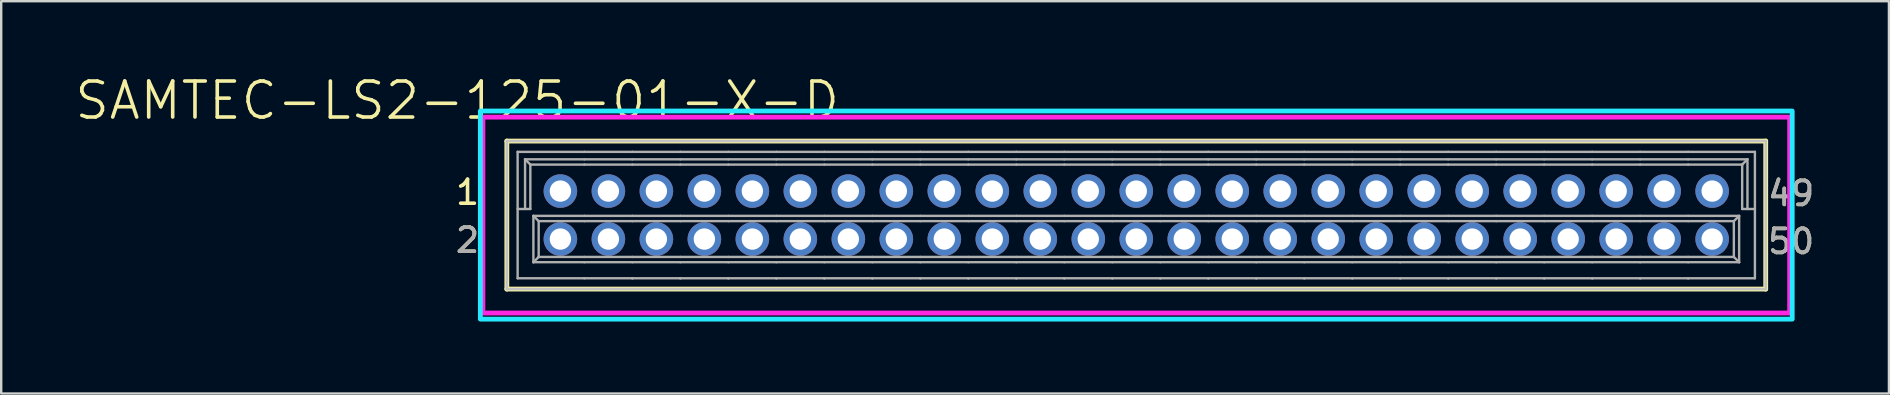
<source format=kicad_pcb>
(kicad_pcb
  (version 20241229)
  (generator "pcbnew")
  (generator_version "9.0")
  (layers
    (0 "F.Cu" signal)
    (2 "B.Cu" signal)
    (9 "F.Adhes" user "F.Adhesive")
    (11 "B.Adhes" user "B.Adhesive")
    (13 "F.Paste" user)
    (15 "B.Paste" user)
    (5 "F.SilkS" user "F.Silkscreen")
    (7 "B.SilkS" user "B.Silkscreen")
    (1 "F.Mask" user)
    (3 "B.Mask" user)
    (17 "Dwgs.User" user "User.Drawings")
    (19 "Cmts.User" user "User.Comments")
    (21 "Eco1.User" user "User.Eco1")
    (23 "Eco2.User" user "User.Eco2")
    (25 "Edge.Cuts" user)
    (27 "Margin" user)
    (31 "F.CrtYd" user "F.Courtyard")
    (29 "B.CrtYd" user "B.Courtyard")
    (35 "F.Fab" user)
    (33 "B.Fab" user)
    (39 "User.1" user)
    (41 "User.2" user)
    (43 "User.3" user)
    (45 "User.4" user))
  (footprint "SAMTEC-LS2-125-01-X-D"
    (layer "F.Cu")
    (at 44.304 5.913)
    (property "Reference" "SAMTEC-LS2-125-01-X-D" (at -28.3 -4.773 0) (layer "F.SilkS") (effects (font (size 1.5 1.5) (thickness 0.15))))
    (attr through_hole)
    (fp_circle (center -24 -1) (end -23.204 -1) (stroke (width 0) (type solid)) (fill yes) (layer "F.Mask"))
    (fp_circle (center -24 1) (end -23.204 1) (stroke (width 0) (type solid)) (fill yes) (layer "F.Mask"))
    (fp_circle (center -22 -1) (end -21.204 -1) (stroke (width 0) (type solid)) (fill yes) (layer "F.Mask"))
    (fp_circle (center -22 1) (end -21.204 1) (stroke (width 0) (type solid)) (fill yes) (layer "F.Mask"))
    (fp_circle (center -20 -1) (end -19.204 -1) (stroke (width 0) (type solid)) (fill yes) (layer "F.Mask"))
    (fp_circle (center -20 1) (end -19.204 1) (stroke (width 0) (type solid)) (fill yes) (layer "F.Mask"))
    (fp_circle (center -18 -1) (end -17.204 -1) (stroke (width 0) (type solid)) (fill yes) (layer "F.Mask"))
    (fp_circle (center -18 1) (end -17.204 1) (stroke (width 0) (type solid)) (fill yes) (layer "F.Mask"))
    (fp_circle (center -16 -1) (end -15.204 -1) (stroke (width 0) (type solid)) (fill yes) (layer "F.Mask"))
    (fp_circle (center -16 1) (end -15.204 1) (stroke (width 0) (type solid)) (fill yes) (layer "F.Mask"))
    (fp_circle (center -14 -1) (end -13.204 -1) (stroke (width 0) (type solid)) (fill yes) (layer "F.Mask"))
    (fp_circle (center -14 1) (end -13.204 1) (stroke (width 0) (type solid)) (fill yes) (layer "F.Mask"))
    (fp_circle (center -12 -1) (end -11.204 -1) (stroke (width 0) (type solid)) (fill yes) (layer "F.Mask"))
    (fp_circle (center -12 1) (end -11.204 1) (stroke (width 0) (type solid)) (fill yes) (layer "F.Mask"))
    (fp_circle (center -10 -1) (end -9.204 -1) (stroke (width 0) (type solid)) (fill yes) (layer "F.Mask"))
    (fp_circle (center -10 1) (end -9.204 1) (stroke (width 0) (type solid)) (fill yes) (layer "F.Mask"))
    (fp_circle (center -8 -1) (end -7.204 -1) (stroke (width 0) (type solid)) (fill yes) (layer "F.Mask"))
    (fp_circle (center -8 1) (end -7.204 1) (stroke (width 0) (type solid)) (fill yes) (layer "F.Mask"))
    (fp_circle (center -6 -1) (end -5.204 -1) (stroke (width 0) (type solid)) (fill yes) (layer "F.Mask"))
    (fp_circle (center -6 1) (end -5.204 1) (stroke (width 0) (type solid)) (fill yes) (layer "F.Mask"))
    (fp_circle (center -4 -1) (end -3.204 -1) (stroke (width 0) (type solid)) (fill yes) (layer "F.Mask"))
    (fp_circle (center -4 1) (end -3.204 1) (stroke (width 0) (type solid)) (fill yes) (layer "F.Mask"))
    (fp_circle (center -2 -1) (end -1.204 -1) (stroke (width 0) (type solid)) (fill yes) (layer "F.Mask"))
    (fp_circle (center -2 1) (end -1.204 1) (stroke (width 0) (type solid)) (fill yes) (layer "F.Mask"))
    (fp_circle (center 0 -1) (end 0.796 -1) (stroke (width 0) (type solid)) (fill yes) (layer "F.Mask"))
    (fp_circle (center 0 1) (end 0.796 1) (stroke (width 0) (type solid)) (fill yes) (layer "F.Mask"))
    (fp_circle (center 2 -1) (end 2.796 -1) (stroke (width 0) (type solid)) (fill yes) (layer "F.Mask"))
    (fp_circle (center 2 1) (end 2.796 1) (stroke (width 0) (type solid)) (fill yes) (layer "F.Mask"))
    (fp_circle (center 4 -1) (end 4.796 -1) (stroke (width 0) (type solid)) (fill yes) (layer "F.Mask"))
    (fp_circle (center 4 1) (end 4.796 1) (stroke (width 0) (type solid)) (fill yes) (layer "F.Mask"))
    (fp_circle (center 6 -1) (end 6.796 -1) (stroke (width 0) (type solid)) (fill yes) (layer "F.Mask"))
    (fp_circle (center 6 1) (end 6.796 1) (stroke (width 0) (type solid)) (fill yes) (layer "F.Mask"))
    (fp_circle (center 8 -1) (end 8.796 -1) (stroke (width 0) (type solid)) (fill yes) (layer "F.Mask"))
    (fp_circle (center 8 1) (end 8.796 1) (stroke (width 0) (type solid)) (fill yes) (layer "F.Mask"))
    (fp_circle (center 10 -1) (end 10.796 -1) (stroke (width 0) (type solid)) (fill yes) (layer "F.Mask"))
    (fp_circle (center 10 1) (end 10.796 1) (stroke (width 0) (type solid)) (fill yes) (layer "F.Mask"))
    (fp_circle (center 12 -1) (end 12.796 -1) (stroke (width 0) (type solid)) (fill yes) (layer "F.Mask"))
    (fp_circle (center 12 1) (end 12.796 1) (stroke (width 0) (type solid)) (fill yes) (layer "F.Mask"))
    (fp_circle (center 14 -1) (end 14.796 -1) (stroke (width 0) (type solid)) (fill yes) (layer "F.Mask"))
    (fp_circle (center 14 1) (end 14.796 1) (stroke (width 0) (type solid)) (fill yes) (layer "F.Mask"))
    (fp_circle (center 16 -1) (end 16.796 -1) (stroke (width 0) (type solid)) (fill yes) (layer "F.Mask"))
    (fp_circle (center 16 1) (end 16.796 1) (stroke (width 0) (type solid)) (fill yes) (layer "F.Mask"))
    (fp_circle (center 18 -1) (end 18.796 -1) (stroke (width 0) (type solid)) (fill yes) (layer "F.Mask"))
    (fp_circle (center 18 1) (end 18.796 1) (stroke (width 0) (type solid)) (fill yes) (layer "F.Mask"))
    (fp_circle (center 20 -1) (end 20.796 -1) (stroke (width 0) (type solid)) (fill yes) (layer "F.Mask"))
    (fp_circle (center 20 1) (end 20.796 1) (stroke (width 0) (type solid)) (fill yes) (layer "F.Mask"))
    (fp_circle (center 22 -1) (end 22.796 -1) (stroke (width 0) (type solid)) (fill yes) (layer "F.Mask"))
    (fp_circle (center 22 1) (end 22.796 1) (stroke (width 0) (type solid)) (fill yes) (layer "F.Mask"))
    (fp_circle (center 24 -1) (end 24.796 -1) (stroke (width 0) (type solid)) (fill yes) (layer "F.Mask"))
    (fp_circle (center 24 1) (end 24.796 1) (stroke (width 0) (type solid)) (fill yes) (layer "F.Mask"))
    (fp_circle (center -24 -1) (end -23.204 -1) (stroke (width 0) (type solid)) (fill yes) (layer "B.Mask"))
    (fp_circle (center -24 1) (end -23.204 1) (stroke (width 0) (type solid)) (fill yes) (layer "B.Mask"))
    (fp_circle (center -22 -1) (end -21.204 -1) (stroke (width 0) (type solid)) (fill yes) (layer "B.Mask"))
    (fp_circle (center -22 1) (end -21.204 1) (stroke (width 0) (type solid)) (fill yes) (layer "B.Mask"))
    (fp_circle (center -20 -1) (end -19.204 -1) (stroke (width 0) (type solid)) (fill yes) (layer "B.Mask"))
    (fp_circle (center -20 1) (end -19.204 1) (stroke (width 0) (type solid)) (fill yes) (layer "B.Mask"))
    (fp_circle (center -18 -1) (end -17.204 -1) (stroke (width 0) (type solid)) (fill yes) (layer "B.Mask"))
    (fp_circle (center -18 1) (end -17.204 1) (stroke (width 0) (type solid)) (fill yes) (layer "B.Mask"))
    (fp_circle (center -16 -1) (end -15.204 -1) (stroke (width 0) (type solid)) (fill yes) (layer "B.Mask"))
    (fp_circle (center -16 1) (end -15.204 1) (stroke (width 0) (type solid)) (fill yes) (layer "B.Mask"))
    (fp_circle (center -14 -1) (end -13.204 -1) (stroke (width 0) (type solid)) (fill yes) (layer "B.Mask"))
    (fp_circle (center -14 1) (end -13.204 1) (stroke (width 0) (type solid)) (fill yes) (layer "B.Mask"))
    (fp_circle (center -12 -1) (end -11.204 -1) (stroke (width 0) (type solid)) (fill yes) (layer "B.Mask"))
    (fp_circle (center -12 1) (end -11.204 1) (stroke (width 0) (type solid)) (fill yes) (layer "B.Mask"))
    (fp_circle (center -10 -1) (end -9.204 -1) (stroke (width 0) (type solid)) (fill yes) (layer "B.Mask"))
    (fp_circle (center -10 1) (end -9.204 1) (stroke (width 0) (type solid)) (fill yes) (layer "B.Mask"))
    (fp_circle (center -8 -1) (end -7.204 -1) (stroke (width 0) (type solid)) (fill yes) (layer "B.Mask"))
    (fp_circle (center -8 1) (end -7.204 1) (stroke (width 0) (type solid)) (fill yes) (layer "B.Mask"))
    (fp_circle (center -6 -1) (end -5.204 -1) (stroke (width 0) (type solid)) (fill yes) (layer "B.Mask"))
    (fp_circle (center -6 1) (end -5.204 1) (stroke (width 0) (type solid)) (fill yes) (layer "B.Mask"))
    (fp_circle (center -4 -1) (end -3.204 -1) (stroke (width 0) (type solid)) (fill yes) (layer "B.Mask"))
    (fp_circle (center -4 1) (end -3.204 1) (stroke (width 0) (type solid)) (fill yes) (layer "B.Mask"))
    (fp_circle (center -2 -1) (end -1.204 -1) (stroke (width 0) (type solid)) (fill yes) (layer "B.Mask"))
    (fp_circle (center -2 1) (end -1.204 1) (stroke (width 0) (type solid)) (fill yes) (layer "B.Mask"))
    (fp_circle (center 0 -1) (end 0.796 -1) (stroke (width 0) (type solid)) (fill yes) (layer "B.Mask"))
    (fp_circle (center 0 1) (end 0.796 1) (stroke (width 0) (type solid)) (fill yes) (layer "B.Mask"))
    (fp_circle (center 2 -1) (end 2.796 -1) (stroke (width 0) (type solid)) (fill yes) (layer "B.Mask"))
    (fp_circle (center 2 1) (end 2.796 1) (stroke (width 0) (type solid)) (fill yes) (layer "B.Mask"))
    (fp_circle (center 4 -1) (end 4.796 -1) (stroke (width 0) (type solid)) (fill yes) (layer "B.Mask"))
    (fp_circle (center 4 1) (end 4.796 1) (stroke (width 0) (type solid)) (fill yes) (layer "B.Mask"))
    (fp_circle (center 6 -1) (end 6.796 -1) (stroke (width 0) (type solid)) (fill yes) (layer "B.Mask"))
    (fp_circle (center 6 1) (end 6.796 1) (stroke (width 0) (type solid)) (fill yes) (layer "B.Mask"))
    (fp_circle (center 8 -1) (end 8.796 -1) (stroke (width 0) (type solid)) (fill yes) (layer "B.Mask"))
    (fp_circle (center 8 1) (end 8.796 1) (stroke (width 0) (type solid)) (fill yes) (layer "B.Mask"))
    (fp_circle (center 10 -1) (end 10.796 -1) (stroke (width 0) (type solid)) (fill yes) (layer "B.Mask"))
    (fp_circle (center 10 1) (end 10.796 1) (stroke (width 0) (type solid)) (fill yes) (layer "B.Mask"))
    (fp_circle (center 12 -1) (end 12.796 -1) (stroke (width 0) (type solid)) (fill yes) (layer "B.Mask"))
    (fp_circle (center 12 1) (end 12.796 1) (stroke (width 0) (type solid)) (fill yes) (layer "B.Mask"))
    (fp_circle (center 14 -1) (end 14.796 -1) (stroke (width 0) (type solid)) (fill yes) (layer "B.Mask"))
    (fp_circle (center 14 1) (end 14.796 1) (stroke (width 0) (type solid)) (fill yes) (layer "B.Mask"))
    (fp_circle (center 16 -1) (end 16.796 -1) (stroke (width 0) (type solid)) (fill yes) (layer "B.Mask"))
    (fp_circle (center 16 1) (end 16.796 1) (stroke (width 0) (type solid)) (fill yes) (layer "B.Mask"))
    (fp_circle (center 18 -1) (end 18.796 -1) (stroke (width 0) (type solid)) (fill yes) (layer "B.Mask"))
    (fp_circle (center 18 1) (end 18.796 1) (stroke (width 0) (type solid)) (fill yes) (layer "B.Mask"))
    (fp_circle (center 20 -1) (end 20.796 -1) (stroke (width 0) (type solid)) (fill yes) (layer "B.Mask"))
    (fp_circle (center 20 1) (end 20.796 1) (stroke (width 0) (type solid)) (fill yes) (layer "B.Mask"))
    (fp_circle (center 22 -1) (end 22.796 -1) (stroke (width 0) (type solid)) (fill yes) (layer "B.Mask"))
    (fp_circle (center 22 1) (end 22.796 1) (stroke (width 0) (type solid)) (fill yes) (layer "B.Mask"))
    (fp_circle (center 24 -1) (end 24.796 -1) (stroke (width 0) (type solid)) (fill yes) (layer "B.Mask"))
    (fp_circle (center 24 1) (end 24.796 1) (stroke (width 0) (type solid)) (fill yes) (layer "B.Mask"))
    (fp_line (start -26.232 -3.085) (end -26.232 3.085) (stroke (width 0.2) (type solid)) (layer "F.SilkS"))
    (fp_line (start -26.232 3.085) (end 26.232 3.085) (stroke (width 0.2) (type solid)) (layer "F.SilkS"))
    (fp_line (start 26.232 -3.085) (end -26.232 -3.085) (stroke (width 0.2) (type solid)) (layer "F.SilkS"))
    (fp_line (start 26.232 3.085) (end 26.232 -3.085) (stroke (width 0.2) (type solid)) (layer "F.SilkS"))
    (fp_line (start -26.232 -3.085) (end -26.232 3.085) (stroke (width 0.1) (type solid)) (layer "Dwgs.User"))
    (fp_line (start -26.232 3.085) (end 26.232 3.085) (stroke (width 0.1) (type solid)) (layer "Dwgs.User"))
    (fp_line (start 26.232 -3.085) (end -26.232 -3.085) (stroke (width 0.1) (type solid)) (layer "Dwgs.User"))
    (fp_line (start 26.232 3.085) (end 26.232 -3.085) (stroke (width 0.1) (type solid)) (layer "Dwgs.User"))
    (fp_poly (pts (xy -27.336 4.336) (xy -27.336 -4.336) (xy 27.336 -4.336) (xy 27.336 4.336) (xy -27.336 4.336)) (stroke (width 0.2) (type solid)) (fill no) (layer "B.CrtYd"))
    (fp_poly (pts (xy 27.229 -4.082) (xy -27.229 -4.082) (xy -27.229 4.082) (xy 27.229 4.082) (xy 27.229 -4.082)) (stroke (width 0.2) (type solid)) (fill no) (layer "F.CrtYd"))
    (fp_line (start -25.782 -2.635) (end -25.782 2.635) (stroke (width 0.1) (type solid)) (layer "F.Fab"))
    (fp_line (start -25.782 2.635) (end -23 2.635) (stroke (width 0.1) (type solid)) (layer "F.Fab"))
    (fp_line (start -25.472 -2.324) (end -23 -2.324) (stroke (width 0.1) (type solid)) (layer "F.Fab"))
    (fp_line (start -25.472 -0.254) (end -25.472 -2.324) (stroke (width 0.1) (type solid)) (layer "F.Fab"))
    (fp_line (start -25.252 -2.104) (end -25.472 -2.324) (stroke (width 0.1) (type solid)) (layer "F.Fab"))
    (fp_line (start -25.252 -2.104) (end -25.252 -0.254) (stroke (width 0.1) (type solid)) (layer "F.Fab"))
    (fp_line (start -25.252 -0.254) (end -25.782 -0.254) (stroke (width 0.1) (type solid)) (layer "F.Fab"))
    (fp_line (start -25.125 0.034) (end -25.125 1.965) (stroke (width 0.1) (type solid)) (layer "F.Fab"))
    (fp_line (start -25.125 1.965) (end -24.905 1.745) (stroke (width 0.1) (type solid)) (layer "F.Fab"))
    (fp_line (start -24.905 0.254) (end -25.125 0.034) (stroke (width 0.1) (type solid)) (layer "F.Fab"))
    (fp_line (start -24.905 0.254) (end -23 0.254) (stroke (width 0.1) (type solid)) (layer "F.Fab"))
    (fp_line (start -24.905 1.745) (end -24.905 0.254) (stroke (width 0.1) (type solid)) (layer "F.Fab"))
    (fp_line (start -24.248 -1.25) (end -23.748 -1.25) (stroke (width 0.1) (type solid)) (layer "F.Fab"))
    (fp_line (start -24.248 -0.749) (end -24.248 -1.25) (stroke (width 0.1) (type solid)) (layer "F.Fab"))
    (fp_line (start -24.248 0.749) (end -23.748 0.749) (stroke (width 0.1) (type solid)) (layer "F.Fab"))
    (fp_line (start -24.248 1.25) (end -24.248 0.749) (stroke (width 0.1) (type solid)) (layer "F.Fab"))
    (fp_line (start -23.748 -1.25) (end -23.748 -0.749) (stroke (width 0.1) (type solid)) (layer "F.Fab"))
    (fp_line (start -23.748 -0.749) (end -24.248 -0.749) (stroke (width 0.1) (type solid)) (layer "F.Fab"))
    (fp_line (start -23.748 0.749) (end -23.748 1.25) (stroke (width 0.1) (type solid)) (layer "F.Fab"))
    (fp_line (start -23.748 1.25) (end -24.248 1.25) (stroke (width 0.1) (type solid)) (layer "F.Fab"))
    (fp_line (start -23 -2.635) (end -25.782 -2.635) (stroke (width 0.1) (type solid)) (layer "F.Fab"))
    (fp_line (start -23 -2.324) (end -21 -2.324) (stroke (width 0.1) (type solid)) (layer "F.Fab"))
    (fp_line (start -23 -2.104) (end -25.252 -2.104) (stroke (width 0.1) (type solid)) (layer "F.Fab"))
    (fp_line (start -23 0.034) (end -25.125 0.034) (stroke (width 0.1) (type solid)) (layer "F.Fab"))
    (fp_line (start -23 0.254) (end -21 0.254) (stroke (width 0.1) (type solid)) (layer "F.Fab"))
    (fp_line (start -23 1.745) (end -24.905 1.745) (stroke (width 0.1) (type solid)) (layer "F.Fab"))
    (fp_line (start -23 1.745) (end -21 1.745) (stroke (width 0.1) (type solid)) (layer "F.Fab"))
    (fp_line (start -23 1.965) (end -25.125 1.965) (stroke (width 0.1) (type solid)) (layer "F.Fab"))
    (fp_line (start -22.251 -1.25) (end -21.751 -1.25) (stroke (width 0.1) (type solid)) (layer "F.Fab"))
    (fp_line (start -22.251 -0.749) (end -22.251 -1.25) (stroke (width 0.1) (type solid)) (layer "F.Fab"))
    (fp_line (start -22.251 0.749) (end -21.754 0.749) (stroke (width 0.1) (type solid)) (layer "F.Fab"))
    (fp_line (start -22.251 1.236) (end -22.251 0.749) (stroke (width 0.1) (type solid)) (layer "F.Fab"))
    (fp_line (start -21.754 0.749) (end -21.754 1.236) (stroke (width 0.1) (type solid)) (layer "F.Fab"))
    (fp_line (start -21.754 1.236) (end -22.251 1.236) (stroke (width 0.1) (type solid)) (layer "F.Fab"))
    (fp_line (start -21.751 -1.25) (end -21.751 -0.749) (stroke (width 0.1) (type solid)) (layer "F.Fab"))
    (fp_line (start -21.751 -0.749) (end -22.251 -0.749) (stroke (width 0.1) (type solid)) (layer "F.Fab"))
    (fp_line (start -21 -2.635) (end -23 -2.635) (stroke (width 0.1) (type solid)) (layer "F.Fab"))
    (fp_line (start -21 -2.324) (end -19 -2.324) (stroke (width 0.1) (type solid)) (layer "F.Fab"))
    (fp_line (start -21 -2.104) (end -23 -2.104) (stroke (width 0.1) (type solid)) (layer "F.Fab"))
    (fp_line (start -21 0.034) (end -23 0.034) (stroke (width 0.1) (type solid)) (layer "F.Fab"))
    (fp_line (start -21 0.254) (end -19 0.254) (stroke (width 0.1) (type solid)) (layer "F.Fab"))
    (fp_line (start -21 1.745) (end -19 1.745) (stroke (width 0.1) (type solid)) (layer "F.Fab"))
    (fp_line (start -21 1.965) (end -23 1.965) (stroke (width 0.1) (type solid)) (layer "F.Fab"))
    (fp_line (start -21 2.633) (end -21 2.635) (stroke (width 0.1) (type solid)) (layer "F.Fab"))
    (fp_line (start -21 2.635) (end -23 2.635) (stroke (width 0.1) (type solid)) (layer "F.Fab"))
    (fp_line (start -20.251 -1.25) (end -19.751 -1.25) (stroke (width 0.1) (type solid)) (layer "F.Fab"))
    (fp_line (start -20.251 -0.749) (end -20.251 -1.25) (stroke (width 0.1) (type solid)) (layer "F.Fab"))
    (fp_line (start -20.251 0.749) (end -19.754 0.749) (stroke (width 0.1) (type solid)) (layer "F.Fab"))
    (fp_line (start -20.251 1.236) (end -20.251 0.749) (stroke (width 0.1) (type solid)) (layer "F.Fab"))
    (fp_line (start -19.754 0.749) (end -19.754 1.236) (stroke (width 0.1) (type solid)) (layer "F.Fab"))
    (fp_line (start -19.754 1.236) (end -20.251 1.236) (stroke (width 0.1) (type solid)) (layer "F.Fab"))
    (fp_line (start -19.751 -1.25) (end -19.751 -0.749) (stroke (width 0.1) (type solid)) (layer "F.Fab"))
    (fp_line (start -19.751 -0.749) (end -20.251 -0.749) (stroke (width 0.1) (type solid)) (layer "F.Fab"))
    (fp_line (start -19 -2.635) (end -21 -2.635) (stroke (width 0.1) (type solid)) (layer "F.Fab"))
    (fp_line (start -19 -2.324) (end -17 -2.324) (stroke (width 0.1) (type solid)) (layer "F.Fab"))
    (fp_line (start -19 -2.104) (end -21 -2.104) (stroke (width 0.1) (type solid)) (layer "F.Fab"))
    (fp_line (start -19 0.034) (end -21 0.034) (stroke (width 0.1) (type solid)) (layer "F.Fab"))
    (fp_line (start -19 0.254) (end -17 0.254) (stroke (width 0.1) (type solid)) (layer "F.Fab"))
    (fp_line (start -19 1.745) (end -17 1.745) (stroke (width 0.1) (type solid)) (layer "F.Fab"))
    (fp_line (start -19 1.965) (end -21 1.965) (stroke (width 0.1) (type solid)) (layer "F.Fab"))
    (fp_line (start -19 2.633) (end -19 2.635) (stroke (width 0.1) (type solid)) (layer "F.Fab"))
    (fp_line (start -19 2.635) (end -21 2.635) (stroke (width 0.1) (type solid)) (layer "F.Fab"))
    (fp_line (start -18.251 -1.25) (end -17.751 -1.25) (stroke (width 0.1) (type solid)) (layer "F.Fab"))
    (fp_line (start -18.251 -0.749) (end -18.251 -1.25) (stroke (width 0.1) (type solid)) (layer "F.Fab"))
    (fp_line (start -18.251 0.749) (end -17.754 0.749) (stroke (width 0.1) (type solid)) (layer "F.Fab"))
    (fp_line (start -18.251 1.236) (end -18.251 0.749) (stroke (width 0.1) (type solid)) (layer "F.Fab"))
    (fp_line (start -17.754 0.749) (end -17.754 1.236) (stroke (width 0.1) (type solid)) (layer "F.Fab"))
    (fp_line (start -17.754 1.236) (end -18.251 1.236) (stroke (width 0.1) (type solid)) (layer "F.Fab"))
    (fp_line (start -17.751 -1.25) (end -17.751 -0.749) (stroke (width 0.1) (type solid)) (layer "F.Fab"))
    (fp_line (start -17.751 -0.749) (end -18.251 -0.749) (stroke (width 0.1) (type solid)) (layer "F.Fab"))
    (fp_line (start -17 -2.635) (end -19 -2.635) (stroke (width 0.1) (type solid)) (layer "F.Fab"))
    (fp_line (start -17 -2.324) (end -15 -2.324) (stroke (width 0.1) (type solid)) (layer "F.Fab"))
    (fp_line (start -17 -2.104) (end -19 -2.104) (stroke (width 0.1) (type solid)) (layer "F.Fab"))
    (fp_line (start -17 0.034) (end -19 0.034) (stroke (width 0.1) (type solid)) (layer "F.Fab"))
    (fp_line (start -17 0.254) (end -15 0.254) (stroke (width 0.1) (type solid)) (layer "F.Fab"))
    (fp_line (start -17 1.745) (end -15 1.745) (stroke (width 0.1) (type solid)) (layer "F.Fab"))
    (fp_line (start -17 1.965) (end -19 1.965) (stroke (width 0.1) (type solid)) (layer "F.Fab"))
    (fp_line (start -17 2.633) (end -17 2.635) (stroke (width 0.1) (type solid)) (layer "F.Fab"))
    (fp_line (start -17 2.635) (end -19 2.635) (stroke (width 0.1) (type solid)) (layer "F.Fab"))
    (fp_line (start -16.251 -1.25) (end -15.751 -1.25) (stroke (width 0.1) (type solid)) (layer "F.Fab"))
    (fp_line (start -16.251 -0.749) (end -16.251 -1.25) (stroke (width 0.1) (type solid)) (layer "F.Fab"))
    (fp_line (start -16.251 0.749) (end -15.754 0.749) (stroke (width 0.1) (type solid)) (layer "F.Fab"))
    (fp_line (start -16.251 1.236) (end -16.251 0.749) (stroke (width 0.1) (type solid)) (layer "F.Fab"))
    (fp_line (start -15.754 0.749) (end -15.754 1.236) (stroke (width 0.1) (type solid)) (layer "F.Fab"))
    (fp_line (start -15.754 1.236) (end -16.251 1.236) (stroke (width 0.1) (type solid)) (layer "F.Fab"))
    (fp_line (start -15.751 -1.25) (end -15.751 -0.749) (stroke (width 0.1) (type solid)) (layer "F.Fab"))
    (fp_line (start -15.751 -0.749) (end -16.251 -0.749) (stroke (width 0.1) (type solid)) (layer "F.Fab"))
    (fp_line (start -15 -2.635) (end -17 -2.635) (stroke (width 0.1) (type solid)) (layer "F.Fab"))
    (fp_line (start -15 -2.324) (end -13 -2.324) (stroke (width 0.1) (type solid)) (layer "F.Fab"))
    (fp_line (start -15 -2.104) (end -17 -2.104) (stroke (width 0.1) (type solid)) (layer "F.Fab"))
    (fp_line (start -15 0.034) (end -17 0.034) (stroke (width 0.1) (type solid)) (layer "F.Fab"))
    (fp_line (start -15 0.254) (end -13 0.254) (stroke (width 0.1) (type solid)) (layer "F.Fab"))
    (fp_line (start -15 1.745) (end -13 1.745) (stroke (width 0.1) (type solid)) (layer "F.Fab"))
    (fp_line (start -15 1.965) (end -17 1.965) (stroke (width 0.1) (type solid)) (layer "F.Fab"))
    (fp_line (start -15 2.633) (end -15 2.635) (stroke (width 0.1) (type solid)) (layer "F.Fab"))
    (fp_line (start -15 2.635) (end -17 2.635) (stroke (width 0.1) (type solid)) (layer "F.Fab"))
    (fp_line (start -14.251 -1.25) (end -13.751 -1.25) (stroke (width 0.1) (type solid)) (layer "F.Fab"))
    (fp_line (start -14.251 -0.749) (end -14.251 -1.25) (stroke (width 0.1) (type solid)) (layer "F.Fab"))
    (fp_line (start -14.251 0.749) (end -13.754 0.749) (stroke (width 0.1) (type solid)) (layer "F.Fab"))
    (fp_line (start -14.251 1.236) (end -14.251 0.749) (stroke (width 0.1) (type solid)) (layer "F.Fab"))
    (fp_line (start -13.754 0.749) (end -13.754 1.236) (stroke (width 0.1) (type solid)) (layer "F.Fab"))
    (fp_line (start -13.754 1.236) (end -14.251 1.236) (stroke (width 0.1) (type solid)) (layer "F.Fab"))
    (fp_line (start -13.751 -1.25) (end -13.751 -0.749) (stroke (width 0.1) (type solid)) (layer "F.Fab"))
    (fp_line (start -13.751 -0.749) (end -14.251 -0.749) (stroke (width 0.1) (type solid)) (layer "F.Fab"))
    (fp_line (start -13 -2.635) (end -15 -2.635) (stroke (width 0.1) (type solid)) (layer "F.Fab"))
    (fp_line (start -13 -2.324) (end -11 -2.324) (stroke (width 0.1) (type solid)) (layer "F.Fab"))
    (fp_line (start -13 -2.104) (end -15 -2.104) (stroke (width 0.1) (type solid)) (layer "F.Fab"))
    (fp_line (start -13 0.034) (end -15 0.034) (stroke (width 0.1) (type solid)) (layer "F.Fab"))
    (fp_line (start -13 0.254) (end -11 0.254) (stroke (width 0.1) (type solid)) (layer "F.Fab"))
    (fp_line (start -13 1.745) (end -11 1.745) (stroke (width 0.1) (type solid)) (layer "F.Fab"))
    (fp_line (start -13 1.965) (end -15 1.965) (stroke (width 0.1) (type solid)) (layer "F.Fab"))
    (fp_line (start -13 2.633) (end -13 2.635) (stroke (width 0.1) (type solid)) (layer "F.Fab"))
    (fp_line (start -13 2.635) (end -15 2.635) (stroke (width 0.1) (type solid)) (layer "F.Fab"))
    (fp_line (start -12.251 -1.25) (end -11.751 -1.25) (stroke (width 0.1) (type solid)) (layer "F.Fab"))
    (fp_line (start -12.251 -0.749) (end -12.251 -1.25) (stroke (width 0.1) (type solid)) (layer "F.Fab"))
    (fp_line (start -12.251 0.749) (end -11.754 0.749) (stroke (width 0.1) (type solid)) (layer "F.Fab"))
    (fp_line (start -12.251 1.236) (end -12.251 0.749) (stroke (width 0.1) (type solid)) (layer "F.Fab"))
    (fp_line (start -11.754 0.749) (end -11.754 1.236) (stroke (width 0.1) (type solid)) (layer "F.Fab"))
    (fp_line (start -11.754 1.236) (end -12.251 1.236) (stroke (width 0.1) (type solid)) (layer "F.Fab"))
    (fp_line (start -11.751 -1.25) (end -11.751 -0.749) (stroke (width 0.1) (type solid)) (layer "F.Fab"))
    (fp_line (start -11.751 -0.749) (end -12.251 -0.749) (stroke (width 0.1) (type solid)) (layer "F.Fab"))
    (fp_line (start -11 -2.635) (end -13 -2.635) (stroke (width 0.1) (type solid)) (layer "F.Fab"))
    (fp_line (start -11 -2.324) (end -9 -2.324) (stroke (width 0.1) (type solid)) (layer "F.Fab"))
    (fp_line (start -11 -2.104) (end -13 -2.104) (stroke (width 0.1) (type solid)) (layer "F.Fab"))
    (fp_line (start -11 0.034) (end -13 0.034) (stroke (width 0.1) (type solid)) (layer "F.Fab"))
    (fp_line (start -11 0.254) (end -9 0.254) (stroke (width 0.1) (type solid)) (layer "F.Fab"))
    (fp_line (start -11 1.745) (end -9 1.745) (stroke (width 0.1) (type solid)) (layer "F.Fab"))
    (fp_line (start -11 1.965) (end -13 1.965) (stroke (width 0.1) (type solid)) (layer "F.Fab"))
    (fp_line (start -11 2.633) (end -11 2.635) (stroke (width 0.1) (type solid)) (layer "F.Fab"))
    (fp_line (start -11 2.635) (end -13 2.635) (stroke (width 0.1) (type solid)) (layer "F.Fab"))
    (fp_line (start -10.251 -1.25) (end -9.751 -1.25) (stroke (width 0.1) (type solid)) (layer "F.Fab"))
    (fp_line (start -10.251 -0.749) (end -10.251 -1.25) (stroke (width 0.1) (type solid)) (layer "F.Fab"))
    (fp_line (start -10.251 0.749) (end -9.754 0.749) (stroke (width 0.1) (type solid)) (layer "F.Fab"))
    (fp_line (start -10.251 1.236) (end -10.251 0.749) (stroke (width 0.1) (type solid)) (layer "F.Fab"))
    (fp_line (start -9.754 0.749) (end -9.754 1.236) (stroke (width 0.1) (type solid)) (layer "F.Fab"))
    (fp_line (start -9.754 1.236) (end -10.251 1.236) (stroke (width 0.1) (type solid)) (layer "F.Fab"))
    (fp_line (start -9.751 -1.25) (end -9.751 -0.749) (stroke (width 0.1) (type solid)) (layer "F.Fab"))
    (fp_line (start -9.751 -0.749) (end -10.251 -0.749) (stroke (width 0.1) (type solid)) (layer "F.Fab"))
    (fp_line (start -9 -2.635) (end -11 -2.635) (stroke (width 0.1) (type solid)) (layer "F.Fab"))
    (fp_line (start -9 -2.324) (end -7 -2.324) (stroke (width 0.1) (type solid)) (layer "F.Fab"))
    (fp_line (start -9 -2.104) (end -11 -2.104) (stroke (width 0.1) (type solid)) (layer "F.Fab"))
    (fp_line (start -9 0.034) (end -11 0.034) (stroke (width 0.1) (type solid)) (layer "F.Fab"))
    (fp_line (start -9 0.254) (end -7 0.254) (stroke (width 0.1) (type solid)) (layer "F.Fab"))
    (fp_line (start -9 1.745) (end -7 1.745) (stroke (width 0.1) (type solid)) (layer "F.Fab"))
    (fp_line (start -9 1.965) (end -11 1.965) (stroke (width 0.1) (type solid)) (layer "F.Fab"))
    (fp_line (start -9 2.633) (end -9 2.635) (stroke (width 0.1) (type solid)) (layer "F.Fab"))
    (fp_line (start -9 2.635) (end -11 2.635) (stroke (width 0.1) (type solid)) (layer "F.Fab"))
    (fp_line (start -8.251 -1.25) (end -7.751 -1.25) (stroke (width 0.1) (type solid)) (layer "F.Fab"))
    (fp_line (start -8.251 -0.749) (end -8.251 -1.25) (stroke (width 0.1) (type solid)) (layer "F.Fab"))
    (fp_line (start -8.251 0.749) (end -7.754 0.749) (stroke (width 0.1) (type solid)) (layer "F.Fab"))
    (fp_line (start -8.251 1.236) (end -8.251 0.749) (stroke (width 0.1) (type solid)) (layer "F.Fab"))
    (fp_line (start -7.754 0.749) (end -7.754 1.236) (stroke (width 0.1) (type solid)) (layer "F.Fab"))
    (fp_line (start -7.754 1.236) (end -8.251 1.236) (stroke (width 0.1) (type solid)) (layer "F.Fab"))
    (fp_line (start -7.751 -1.25) (end -7.751 -0.749) (stroke (width 0.1) (type solid)) (layer "F.Fab"))
    (fp_line (start -7.751 -0.749) (end -8.251 -0.749) (stroke (width 0.1) (type solid)) (layer "F.Fab"))
    (fp_line (start -7 -2.635) (end -9 -2.635) (stroke (width 0.1) (type solid)) (layer "F.Fab"))
    (fp_line (start -7 -2.324) (end -5 -2.324) (stroke (width 0.1) (type solid)) (layer "F.Fab"))
    (fp_line (start -7 -2.104) (end -9 -2.104) (stroke (width 0.1) (type solid)) (layer "F.Fab"))
    (fp_line (start -7 0.034) (end -9 0.034) (stroke (width 0.1) (type solid)) (layer "F.Fab"))
    (fp_line (start -7 0.254) (end -5 0.254) (stroke (width 0.1) (type solid)) (layer "F.Fab"))
    (fp_line (start -7 1.745) (end -5 1.745) (stroke (width 0.1) (type solid)) (layer "F.Fab"))
    (fp_line (start -7 1.965) (end -9 1.965) (stroke (width 0.1) (type solid)) (layer "F.Fab"))
    (fp_line (start -7 2.633) (end -7 2.635) (stroke (width 0.1) (type solid)) (layer "F.Fab"))
    (fp_line (start -7 2.635) (end -9 2.635) (stroke (width 0.1) (type solid)) (layer "F.Fab"))
    (fp_line (start -6.251 -1.25) (end -5.751 -1.25) (stroke (width 0.1) (type solid)) (layer "F.Fab"))
    (fp_line (start -6.251 -0.749) (end -6.251 -1.25) (stroke (width 0.1) (type solid)) (layer "F.Fab"))
    (fp_line (start -6.251 0.749) (end -5.754 0.749) (stroke (width 0.1) (type solid)) (layer "F.Fab"))
    (fp_line (start -6.251 1.236) (end -6.251 0.749) (stroke (width 0.1) (type solid)) (layer "F.Fab"))
    (fp_line (start -5.754 0.749) (end -5.754 1.236) (stroke (width 0.1) (type solid)) (layer "F.Fab"))
    (fp_line (start -5.754 1.236) (end -6.251 1.236) (stroke (width 0.1) (type solid)) (layer "F.Fab"))
    (fp_line (start -5.751 -1.25) (end -5.751 -0.749) (stroke (width 0.1) (type solid)) (layer "F.Fab"))
    (fp_line (start -5.751 -0.749) (end -6.251 -0.749) (stroke (width 0.1) (type solid)) (layer "F.Fab"))
    (fp_line (start -5 -2.635) (end -7 -2.635) (stroke (width 0.1) (type solid)) (layer "F.Fab"))
    (fp_line (start -5 -2.324) (end -3 -2.324) (stroke (width 0.1) (type solid)) (layer "F.Fab"))
    (fp_line (start -5 -2.104) (end -7 -2.104) (stroke (width 0.1) (type solid)) (layer "F.Fab"))
    (fp_line (start -5 0.034) (end -7 0.034) (stroke (width 0.1) (type solid)) (layer "F.Fab"))
    (fp_line (start -5 0.254) (end -3 0.254) (stroke (width 0.1) (type solid)) (layer "F.Fab"))
    (fp_line (start -5 1.745) (end -3 1.745) (stroke (width 0.1) (type solid)) (layer "F.Fab"))
    (fp_line (start -5 1.965) (end -7 1.965) (stroke (width 0.1) (type solid)) (layer "F.Fab"))
    (fp_line (start -5 2.633) (end -5 2.635) (stroke (width 0.1) (type solid)) (layer "F.Fab"))
    (fp_line (start -5 2.635) (end -7 2.635) (stroke (width 0.1) (type solid)) (layer "F.Fab"))
    (fp_line (start -4.251 -1.25) (end -3.751 -1.25) (stroke (width 0.1) (type solid)) (layer "F.Fab"))
    (fp_line (start -4.251 -0.749) (end -4.251 -1.25) (stroke (width 0.1) (type solid)) (layer "F.Fab"))
    (fp_line (start -4.251 0.749) (end -3.754 0.749) (stroke (width 0.1) (type solid)) (layer "F.Fab"))
    (fp_line (start -4.251 1.236) (end -4.251 0.749) (stroke (width 0.1) (type solid)) (layer "F.Fab"))
    (fp_line (start -3.754 0.749) (end -3.754 1.236) (stroke (width 0.1) (type solid)) (layer "F.Fab"))
    (fp_line (start -3.754 1.236) (end -4.251 1.236) (stroke (width 0.1) (type solid)) (layer "F.Fab"))
    (fp_line (start -3.751 -1.25) (end -3.751 -0.749) (stroke (width 0.1) (type solid)) (layer "F.Fab"))
    (fp_line (start -3.751 -0.749) (end -4.251 -0.749) (stroke (width 0.1) (type solid)) (layer "F.Fab"))
    (fp_line (start -3 -2.635) (end -5 -2.635) (stroke (width 0.1) (type solid)) (layer "F.Fab"))
    (fp_line (start -3 -2.324) (end -1 -2.324) (stroke (width 0.1) (type solid)) (layer "F.Fab"))
    (fp_line (start -3 -2.104) (end -5 -2.104) (stroke (width 0.1) (type solid)) (layer "F.Fab"))
    (fp_line (start -3 0.034) (end -5 0.034) (stroke (width 0.1) (type solid)) (layer "F.Fab"))
    (fp_line (start -3 0.254) (end -1 0.254) (stroke (width 0.1) (type solid)) (layer "F.Fab"))
    (fp_line (start -3 1.745) (end -1 1.745) (stroke (width 0.1) (type solid)) (layer "F.Fab"))
    (fp_line (start -3 1.965) (end -5 1.965) (stroke (width 0.1) (type solid)) (layer "F.Fab"))
    (fp_line (start -3 2.633) (end -3 2.635) (stroke (width 0.1) (type solid)) (layer "F.Fab"))
    (fp_line (start -3 2.635) (end -5 2.635) (stroke (width 0.1) (type solid)) (layer "F.Fab"))
    (fp_line (start -2.251 -1.25) (end -1.751 -1.25) (stroke (width 0.1) (type solid)) (layer "F.Fab"))
    (fp_line (start -2.251 -0.749) (end -2.251 -1.25) (stroke (width 0.1) (type solid)) (layer "F.Fab"))
    (fp_line (start -2.251 0.749) (end -1.754 0.749) (stroke (width 0.1) (type solid)) (layer "F.Fab"))
    (fp_line (start -2.251 1.236) (end -2.251 0.749) (stroke (width 0.1) (type solid)) (layer "F.Fab"))
    (fp_line (start -1.754 0.749) (end -1.754 1.236) (stroke (width 0.1) (type solid)) (layer "F.Fab"))
    (fp_line (start -1.754 1.236) (end -2.251 1.236) (stroke (width 0.1) (type solid)) (layer "F.Fab"))
    (fp_line (start -1.751 -1.25) (end -1.751 -0.749) (stroke (width 0.1) (type solid)) (layer "F.Fab"))
    (fp_line (start -1.751 -0.749) (end -2.251 -0.749) (stroke (width 0.1) (type solid)) (layer "F.Fab"))
    (fp_line (start -1 -2.635) (end -3 -2.635) (stroke (width 0.1) (type solid)) (layer "F.Fab"))
    (fp_line (start -1 -2.324) (end 1 -2.324) (stroke (width 0.1) (type solid)) (layer "F.Fab"))
    (fp_line (start -1 -2.104) (end -3.001 -2.104) (stroke (width 0.1) (type solid)) (layer "F.Fab"))
    (fp_line (start -1 0.034) (end -3 0.034) (stroke (width 0.1) (type solid)) (layer "F.Fab"))
    (fp_line (start -1 0.254) (end 1 0.254) (stroke (width 0.1) (type solid)) (layer "F.Fab"))
    (fp_line (start -1 1.745) (end 1 1.745) (stroke (width 0.1) (type solid)) (layer "F.Fab"))
    (fp_line (start -1 1.965) (end -3 1.965) (stroke (width 0.1) (type solid)) (layer "F.Fab"))
    (fp_line (start -1 2.633) (end -1 2.635) (stroke (width 0.1) (type solid)) (layer "F.Fab"))
    (fp_line (start -1 2.635) (end -3 2.635) (stroke (width 0.1) (type solid)) (layer "F.Fab"))
    (fp_line (start -0.251 -1.25) (end 0.249 -1.25) (stroke (width 0.1) (type solid)) (layer "F.Fab"))
    (fp_line (start -0.251 -0.749) (end -0.251 -1.25) (stroke (width 0.1) (type solid)) (layer "F.Fab"))
    (fp_line (start -0.251 0.749) (end 0.246 0.749) (stroke (width 0.1) (type solid)) (layer "F.Fab"))
    (fp_line (start -0.251 1.236) (end -0.251 0.749) (stroke (width 0.1) (type solid)) (layer "F.Fab"))
    (fp_line (start 0.246 0.749) (end 0.246 1.236) (stroke (width 0.1) (type solid)) (layer "F.Fab"))
    (fp_line (start 0.246 1.236) (end -0.251 1.236) (stroke (width 0.1) (type solid)) (layer "F.Fab"))
    (fp_line (start 0.249 -1.25) (end 0.249 -0.749) (stroke (width 0.1) (type solid)) (layer "F.Fab"))
    (fp_line (start 0.249 -0.749) (end -0.251 -0.749) (stroke (width 0.1) (type solid)) (layer "F.Fab"))
    (fp_line (start 1 -2.635) (end -1 -2.635) (stroke (width 0.1) (type solid)) (layer "F.Fab"))
    (fp_line (start 1 -2.324) (end 3 -2.324) (stroke (width 0.1) (type solid)) (layer "F.Fab"))
    (fp_line (start 1 -2.104) (end -1.001 -2.104) (stroke (width 0.1) (type solid)) (layer "F.Fab"))
    (fp_line (start 1 0.034) (end -1 0.034) (stroke (width 0.1) (type solid)) (layer "F.Fab"))
    (fp_line (start 1 0.254) (end 3 0.254) (stroke (width 0.1) (type solid)) (layer "F.Fab"))
    (fp_line (start 1 1.745) (end 3 1.745) (stroke (width 0.1) (type solid)) (layer "F.Fab"))
    (fp_line (start 1 1.965) (end -1 1.965) (stroke (width 0.1) (type solid)) (layer "F.Fab"))
    (fp_line (start 1 2.633) (end 1 2.635) (stroke (width 0.1) (type solid)) (layer "F.Fab"))
    (fp_line (start 1 2.635) (end -1 2.635) (stroke (width 0.1) (type solid)) (layer "F.Fab"))
    (fp_line (start 1.749 -1.25) (end 2.249 -1.25) (stroke (width 0.1) (type solid)) (layer "F.Fab"))
    (fp_line (start 1.749 -0.749) (end 1.749 -1.25) (stroke (width 0.1) (type solid)) (layer "F.Fab"))
    (fp_line (start 1.749 0.749) (end 2.246 0.749) (stroke (width 0.1) (type solid)) (layer "F.Fab"))
    (fp_line (start 1.749 1.236) (end 1.749 0.749) (stroke (width 0.1) (type solid)) (layer "F.Fab"))
    (fp_line (start 2.246 0.749) (end 2.246 1.236) (stroke (width 0.1) (type solid)) (layer "F.Fab"))
    (fp_line (start 2.246 1.236) (end 1.749 1.236) (stroke (width 0.1) (type solid)) (layer "F.Fab"))
    (fp_line (start 2.249 -1.25) (end 2.249 -0.749) (stroke (width 0.1) (type solid)) (layer "F.Fab"))
    (fp_line (start 2.249 -0.749) (end 1.749 -0.749) (stroke (width 0.1) (type solid)) (layer "F.Fab"))
    (fp_line (start 3 -2.635) (end 1 -2.635) (stroke (width 0.1) (type solid)) (layer "F.Fab"))
    (fp_line (start 3 -2.324) (end 5 -2.324) (stroke (width 0.1) (type solid)) (layer "F.Fab"))
    (fp_line (start 3 -2.104) (end 0.999 -2.104) (stroke (width 0.1) (type solid)) (layer "F.Fab"))
    (fp_line (start 3 0.034) (end 1 0.034) (stroke (width 0.1) (type solid)) (layer "F.Fab"))
    (fp_line (start 3 0.254) (end 5 0.254) (stroke (width 0.1) (type solid)) (layer "F.Fab"))
    (fp_line (start 3 1.745) (end 5 1.745) (stroke (width 0.1) (type solid)) (layer "F.Fab"))
    (fp_line (start 3 1.965) (end 1 1.965) (stroke (width 0.1) (type solid)) (layer "F.Fab"))
    (fp_line (start 3 2.633) (end 3 2.635) (stroke (width 0.1) (type solid)) (layer "F.Fab"))
    (fp_line (start 3 2.635) (end 1 2.635) (stroke (width 0.1) (type solid)) (layer "F.Fab"))
    (fp_line (start 3.749 -1.25) (end 4.249 -1.25) (stroke (width 0.1) (type solid)) (layer "F.Fab"))
    (fp_line (start 3.749 -0.749) (end 3.749 -1.25) (stroke (width 0.1) (type solid)) (layer "F.Fab"))
    (fp_line (start 3.749 0.749) (end 4.246 0.749) (stroke (width 0.1) (type solid)) (layer "F.Fab"))
    (fp_line (start 3.749 1.236) (end 3.749 0.749) (stroke (width 0.1) (type solid)) (layer "F.Fab"))
    (fp_line (start 4.246 0.749) (end 4.246 1.236) (stroke (width 0.1) (type solid)) (layer "F.Fab"))
    (fp_line (start 4.246 1.236) (end 3.749 1.236) (stroke (width 0.1) (type solid)) (layer "F.Fab"))
    (fp_line (start 4.249 -1.25) (end 4.249 -0.749) (stroke (width 0.1) (type solid)) (layer "F.Fab"))
    (fp_line (start 4.249 -0.749) (end 3.749 -0.749) (stroke (width 0.1) (type solid)) (layer "F.Fab"))
    (fp_line (start 5 -2.635) (end 3 -2.635) (stroke (width 0.1) (type solid)) (layer "F.Fab"))
    (fp_line (start 5 -2.324) (end 7 -2.324) (stroke (width 0.1) (type solid)) (layer "F.Fab"))
    (fp_line (start 5 -2.104) (end 2.999 -2.104) (stroke (width 0.1) (type solid)) (layer "F.Fab"))
    (fp_line (start 5 0.034) (end 3 0.034) (stroke (width 0.1) (type solid)) (layer "F.Fab"))
    (fp_line (start 5 0.254) (end 7 0.254) (stroke (width 0.1) (type solid)) (layer "F.Fab"))
    (fp_line (start 5 1.745) (end 7 1.745) (stroke (width 0.1) (type solid)) (layer "F.Fab"))
    (fp_line (start 5 1.965) (end 3 1.965) (stroke (width 0.1) (type solid)) (layer "F.Fab"))
    (fp_line (start 5 2.633) (end 5 2.635) (stroke (width 0.1) (type solid)) (layer "F.Fab"))
    (fp_line (start 5 2.635) (end 3 2.635) (stroke (width 0.1) (type solid)) (layer "F.Fab"))
    (fp_line (start 5.749 -1.25) (end 6.249 -1.25) (stroke (width 0.1) (type solid)) (layer "F.Fab"))
    (fp_line (start 5.749 -0.749) (end 5.749 -1.25) (stroke (width 0.1) (type solid)) (layer "F.Fab"))
    (fp_line (start 5.749 0.749) (end 6.246 0.749) (stroke (width 0.1) (type solid)) (layer "F.Fab"))
    (fp_line (start 5.749 1.236) (end 5.749 0.749) (stroke (width 0.1) (type solid)) (layer "F.Fab"))
    (fp_line (start 6.246 0.749) (end 6.246 1.236) (stroke (width 0.1) (type solid)) (layer "F.Fab"))
    (fp_line (start 6.246 1.236) (end 5.749 1.236) (stroke (width 0.1) (type solid)) (layer "F.Fab"))
    (fp_line (start 6.249 -1.25) (end 6.249 -0.749) (stroke (width 0.1) (type solid)) (layer "F.Fab"))
    (fp_line (start 6.249 -0.749) (end 5.749 -0.749) (stroke (width 0.1) (type solid)) (layer "F.Fab"))
    (fp_line (start 7 -2.635) (end 5 -2.635) (stroke (width 0.1) (type solid)) (layer "F.Fab"))
    (fp_line (start 7 -2.324) (end 9 -2.324) (stroke (width 0.1) (type solid)) (layer "F.Fab"))
    (fp_line (start 7 -2.104) (end 4.999 -2.104) (stroke (width 0.1) (type solid)) (layer "F.Fab"))
    (fp_line (start 7 0.034) (end 5 0.034) (stroke (width 0.1) (type solid)) (layer "F.Fab"))
    (fp_line (start 7 0.254) (end 9 0.254) (stroke (width 0.1) (type solid)) (layer "F.Fab"))
    (fp_line (start 7 1.745) (end 9 1.745) (stroke (width 0.1) (type solid)) (layer "F.Fab"))
    (fp_line (start 7 1.965) (end 5 1.965) (stroke (width 0.1) (type solid)) (layer "F.Fab"))
    (fp_line (start 7 2.633) (end 7 2.635) (stroke (width 0.1) (type solid)) (layer "F.Fab"))
    (fp_line (start 7 2.635) (end 5 2.635) (stroke (width 0.1) (type solid)) (layer "F.Fab"))
    (fp_line (start 7.749 -1.25) (end 8.249 -1.25) (stroke (width 0.1) (type solid)) (layer "F.Fab"))
    (fp_line (start 7.749 -0.749) (end 7.749 -1.25) (stroke (width 0.1) (type solid)) (layer "F.Fab"))
    (fp_line (start 7.749 0.749) (end 8.246 0.749) (stroke (width 0.1) (type solid)) (layer "F.Fab"))
    (fp_line (start 7.749 1.236) (end 7.749 0.749) (stroke (width 0.1) (type solid)) (layer "F.Fab"))
    (fp_line (start 8.246 0.749) (end 8.246 1.236) (stroke (width 0.1) (type solid)) (layer "F.Fab"))
    (fp_line (start 8.246 1.236) (end 7.749 1.236) (stroke (width 0.1) (type solid)) (layer "F.Fab"))
    (fp_line (start 8.249 -1.25) (end 8.249 -0.749) (stroke (width 0.1) (type solid)) (layer "F.Fab"))
    (fp_line (start 8.249 -0.749) (end 7.749 -0.749) (stroke (width 0.1) (type solid)) (layer "F.Fab"))
    (fp_line (start 9 -2.635) (end 7 -2.635) (stroke (width 0.1) (type solid)) (layer "F.Fab"))
    (fp_line (start 9 -2.324) (end 11 -2.324) (stroke (width 0.1) (type solid)) (layer "F.Fab"))
    (fp_line (start 9 -2.104) (end 6.999 -2.104) (stroke (width 0.1) (type solid)) (layer "F.Fab"))
    (fp_line (start 9 0.034) (end 7 0.034) (stroke (width 0.1) (type solid)) (layer "F.Fab"))
    (fp_line (start 9 0.254) (end 11 0.254) (stroke (width 0.1) (type solid)) (layer "F.Fab"))
    (fp_line (start 9 1.745) (end 11 1.745) (stroke (width 0.1) (type solid)) (layer "F.Fab"))
    (fp_line (start 9 1.965) (end 7 1.965) (stroke (width 0.1) (type solid)) (layer "F.Fab"))
    (fp_line (start 9 2.633) (end 9 2.635) (stroke (width 0.1) (type solid)) (layer "F.Fab"))
    (fp_line (start 9 2.635) (end 7 2.635) (stroke (width 0.1) (type solid)) (layer "F.Fab"))
    (fp_line (start 9.749 -1.25) (end 10.249 -1.25) (stroke (width 0.1) (type solid)) (layer "F.Fab"))
    (fp_line (start 9.749 -0.749) (end 9.749 -1.25) (stroke (width 0.1) (type solid)) (layer "F.Fab"))
    (fp_line (start 9.749 0.749) (end 10.246 0.749) (stroke (width 0.1) (type solid)) (layer "F.Fab"))
    (fp_line (start 9.749 1.236) (end 9.749 0.749) (stroke (width 0.1) (type solid)) (layer "F.Fab"))
    (fp_line (start 10.246 0.749) (end 10.246 1.236) (stroke (width 0.1) (type solid)) (layer "F.Fab"))
    (fp_line (start 10.246 1.236) (end 9.749 1.236) (stroke (width 0.1) (type solid)) (layer "F.Fab"))
    (fp_line (start 10.249 -1.25) (end 10.249 -0.749) (stroke (width 0.1) (type solid)) (layer "F.Fab"))
    (fp_line (start 10.249 -0.749) (end 9.749 -0.749) (stroke (width 0.1) (type solid)) (layer "F.Fab"))
    (fp_line (start 11 -2.635) (end 9 -2.635) (stroke (width 0.1) (type solid)) (layer "F.Fab"))
    (fp_line (start 11 -2.324) (end 13 -2.324) (stroke (width 0.1) (type solid)) (layer "F.Fab"))
    (fp_line (start 11 -2.104) (end 8.999 -2.104) (stroke (width 0.1) (type solid)) (layer "F.Fab"))
    (fp_line (start 11 0.034) (end 9 0.034) (stroke (width 0.1) (type solid)) (layer "F.Fab"))
    (fp_line (start 11 0.254) (end 13 0.254) (stroke (width 0.1) (type solid)) (layer "F.Fab"))
    (fp_line (start 11 1.745) (end 13 1.745) (stroke (width 0.1) (type solid)) (layer "F.Fab"))
    (fp_line (start 11 1.965) (end 9 1.965) (stroke (width 0.1) (type solid)) (layer "F.Fab"))
    (fp_line (start 11 2.633) (end 11 2.635) (stroke (width 0.1) (type solid)) (layer "F.Fab"))
    (fp_line (start 11 2.635) (end 9 2.635) (stroke (width 0.1) (type solid)) (layer "F.Fab"))
    (fp_line (start 11.749 -1.25) (end 12.249 -1.25) (stroke (width 0.1) (type solid)) (layer "F.Fab"))
    (fp_line (start 11.749 -0.749) (end 11.749 -1.25) (stroke (width 0.1) (type solid)) (layer "F.Fab"))
    (fp_line (start 11.749 0.749) (end 12.246 0.749) (stroke (width 0.1) (type solid)) (layer "F.Fab"))
    (fp_line (start 11.749 1.236) (end 11.749 0.749) (stroke (width 0.1) (type solid)) (layer "F.Fab"))
    (fp_line (start 12.246 0.749) (end 12.246 1.236) (stroke (width 0.1) (type solid)) (layer "F.Fab"))
    (fp_line (start 12.246 1.236) (end 11.749 1.236) (stroke (width 0.1) (type solid)) (layer "F.Fab"))
    (fp_line (start 12.249 -1.25) (end 12.249 -0.749) (stroke (width 0.1) (type solid)) (layer "F.Fab"))
    (fp_line (start 12.249 -0.749) (end 11.749 -0.749) (stroke (width 0.1) (type solid)) (layer "F.Fab"))
    (fp_line (start 13 -2.635) (end 11 -2.635) (stroke (width 0.1) (type solid)) (layer "F.Fab"))
    (fp_line (start 13 -2.324) (end 15 -2.324) (stroke (width 0.1) (type solid)) (layer "F.Fab"))
    (fp_line (start 13 -2.104) (end 10.999 -2.104) (stroke (width 0.1) (type solid)) (layer "F.Fab"))
    (fp_line (start 13 0.034) (end 11 0.034) (stroke (width 0.1) (type solid)) (layer "F.Fab"))
    (fp_line (start 13 0.254) (end 15 0.254) (stroke (width 0.1) (type solid)) (layer "F.Fab"))
    (fp_line (start 13 1.745) (end 15 1.745) (stroke (width 0.1) (type solid)) (layer "F.Fab"))
    (fp_line (start 13 1.965) (end 11 1.965) (stroke (width 0.1) (type solid)) (layer "F.Fab"))
    (fp_line (start 13 2.633) (end 13 2.635) (stroke (width 0.1) (type solid)) (layer "F.Fab"))
    (fp_line (start 13 2.635) (end 11 2.635) (stroke (width 0.1) (type solid)) (layer "F.Fab"))
    (fp_line (start 13.749 -1.25) (end 14.249 -1.25) (stroke (width 0.1) (type solid)) (layer "F.Fab"))
    (fp_line (start 13.749 -0.749) (end 13.749 -1.25) (stroke (width 0.1) (type solid)) (layer "F.Fab"))
    (fp_line (start 13.749 0.749) (end 14.246 0.749) (stroke (width 0.1) (type solid)) (layer "F.Fab"))
    (fp_line (start 13.749 1.236) (end 13.749 0.749) (stroke (width 0.1) (type solid)) (layer "F.Fab"))
    (fp_line (start 14.246 0.749) (end 14.246 1.236) (stroke (width 0.1) (type solid)) (layer "F.Fab"))
    (fp_line (start 14.246 1.236) (end 13.749 1.236) (stroke (width 0.1) (type solid)) (layer "F.Fab"))
    (fp_line (start 14.249 -1.25) (end 14.249 -0.749) (stroke (width 0.1) (type solid)) (layer "F.Fab"))
    (fp_line (start 14.249 -0.749) (end 13.749 -0.749) (stroke (width 0.1) (type solid)) (layer "F.Fab"))
    (fp_line (start 15 -2.635) (end 13 -2.635) (stroke (width 0.1) (type solid)) (layer "F.Fab"))
    (fp_line (start 15 -2.324) (end 17 -2.324) (stroke (width 0.1) (type solid)) (layer "F.Fab"))
    (fp_line (start 15 -2.104) (end 12.999 -2.104) (stroke (width 0.1) (type solid)) (layer "F.Fab"))
    (fp_line (start 15 0.034) (end 13 0.034) (stroke (width 0.1) (type solid)) (layer "F.Fab"))
    (fp_line (start 15 0.254) (end 17 0.254) (stroke (width 0.1) (type solid)) (layer "F.Fab"))
    (fp_line (start 15 1.745) (end 17 1.745) (stroke (width 0.1) (type solid)) (layer "F.Fab"))
    (fp_line (start 15 1.965) (end 13 1.965) (stroke (width 0.1) (type solid)) (layer "F.Fab"))
    (fp_line (start 15 2.633) (end 15 2.635) (stroke (width 0.1) (type solid)) (layer "F.Fab"))
    (fp_line (start 15 2.635) (end 13 2.635) (stroke (width 0.1) (type solid)) (layer "F.Fab"))
    (fp_line (start 15.749 -1.25) (end 16.249 -1.25) (stroke (width 0.1) (type solid)) (layer "F.Fab"))
    (fp_line (start 15.749 -0.749) (end 15.749 -1.25) (stroke (width 0.1) (type solid)) (layer "F.Fab"))
    (fp_line (start 15.749 0.749) (end 16.246 0.749) (stroke (width 0.1) (type solid)) (layer "F.Fab"))
    (fp_line (start 15.749 1.236) (end 15.749 0.749) (stroke (width 0.1) (type solid)) (layer "F.Fab"))
    (fp_line (start 16.246 0.749) (end 16.246 1.236) (stroke (width 0.1) (type solid)) (layer "F.Fab"))
    (fp_line (start 16.246 1.236) (end 15.749 1.236) (stroke (width 0.1) (type solid)) (layer "F.Fab"))
    (fp_line (start 16.249 -1.25) (end 16.249 -0.749) (stroke (width 0.1) (type solid)) (layer "F.Fab"))
    (fp_line (start 16.249 -0.749) (end 15.749 -0.749) (stroke (width 0.1) (type solid)) (layer "F.Fab"))
    (fp_line (start 17 -2.635) (end 15 -2.635) (stroke (width 0.1) (type solid)) (layer "F.Fab"))
    (fp_line (start 17 -2.324) (end 19 -2.324) (stroke (width 0.1) (type solid)) (layer "F.Fab"))
    (fp_line (start 17 -2.104) (end 14.999 -2.104) (stroke (width 0.1) (type solid)) (layer "F.Fab"))
    (fp_line (start 17 0.034) (end 15 0.034) (stroke (width 0.1) (type solid)) (layer "F.Fab"))
    (fp_line (start 17 0.254) (end 19 0.254) (stroke (width 0.1) (type solid)) (layer "F.Fab"))
    (fp_line (start 17 1.745) (end 19 1.745) (stroke (width 0.1) (type solid)) (layer "F.Fab"))
    (fp_line (start 17 1.965) (end 15 1.965) (stroke (width 0.1) (type solid)) (layer "F.Fab"))
    (fp_line (start 17 2.633) (end 17 2.635) (stroke (width 0.1) (type solid)) (layer "F.Fab"))
    (fp_line (start 17 2.635) (end 15 2.635) (stroke (width 0.1) (type solid)) (layer "F.Fab"))
    (fp_line (start 17.749 -1.25) (end 18.249 -1.25) (stroke (width 0.1) (type solid)) (layer "F.Fab"))
    (fp_line (start 17.749 -0.749) (end 17.749 -1.25) (stroke (width 0.1) (type solid)) (layer "F.Fab"))
    (fp_line (start 17.749 0.749) (end 18.246 0.749) (stroke (width 0.1) (type solid)) (layer "F.Fab"))
    (fp_line (start 17.749 1.236) (end 17.749 0.749) (stroke (width 0.1) (type solid)) (layer "F.Fab"))
    (fp_line (start 18.246 0.749) (end 18.246 1.236) (stroke (width 0.1) (type solid)) (layer "F.Fab"))
    (fp_line (start 18.246 1.236) (end 17.749 1.236) (stroke (width 0.1) (type solid)) (layer "F.Fab"))
    (fp_line (start 18.249 -1.25) (end 18.249 -0.749) (stroke (width 0.1) (type solid)) (layer "F.Fab"))
    (fp_line (start 18.249 -0.749) (end 17.749 -0.749) (stroke (width 0.1) (type solid)) (layer "F.Fab"))
    (fp_line (start 19 -2.635) (end 17 -2.635) (stroke (width 0.1) (type solid)) (layer "F.Fab"))
    (fp_line (start 19 -2.324) (end 21 -2.324) (stroke (width 0.1) (type solid)) (layer "F.Fab"))
    (fp_line (start 19 -2.104) (end 16.999 -2.104) (stroke (width 0.1) (type solid)) (layer "F.Fab"))
    (fp_line (start 19 0.034) (end 17 0.034) (stroke (width 0.1) (type solid)) (layer "F.Fab"))
    (fp_line (start 19 0.254) (end 21 0.254) (stroke (width 0.1) (type solid)) (layer "F.Fab"))
    (fp_line (start 19 1.745) (end 21 1.745) (stroke (width 0.1) (type solid)) (layer "F.Fab"))
    (fp_line (start 19 1.965) (end 17 1.965) (stroke (width 0.1) (type solid)) (layer "F.Fab"))
    (fp_line (start 19 2.633) (end 19 2.635) (stroke (width 0.1) (type solid)) (layer "F.Fab"))
    (fp_line (start 19 2.635) (end 17 2.635) (stroke (width 0.1) (type solid)) (layer "F.Fab"))
    (fp_line (start 19.749 -1.25) (end 20.249 -1.25) (stroke (width 0.1) (type solid)) (layer "F.Fab"))
    (fp_line (start 19.749 -0.749) (end 19.749 -1.25) (stroke (width 0.1) (type solid)) (layer "F.Fab"))
    (fp_line (start 19.749 0.749) (end 20.246 0.749) (stroke (width 0.1) (type solid)) (layer "F.Fab"))
    (fp_line (start 19.749 1.236) (end 19.749 0.749) (stroke (width 0.1) (type solid)) (layer "F.Fab"))
    (fp_line (start 20.246 0.749) (end 20.246 1.236) (stroke (width 0.1) (type solid)) (layer "F.Fab"))
    (fp_line (start 20.246 1.236) (end 19.749 1.236) (stroke (width 0.1) (type solid)) (layer "F.Fab"))
    (fp_line (start 20.249 -1.25) (end 20.249 -0.749) (stroke (width 0.1) (type solid)) (layer "F.Fab"))
    (fp_line (start 20.249 -0.749) (end 19.749 -0.749) (stroke (width 0.1) (type solid)) (layer "F.Fab"))
    (fp_line (start 21 -2.635) (end 19 -2.635) (stroke (width 0.1) (type solid)) (layer "F.Fab"))
    (fp_line (start 21 -2.324) (end 23 -2.324) (stroke (width 0.1) (type solid)) (layer "F.Fab"))
    (fp_line (start 21 -2.104) (end 18.999 -2.104) (stroke (width 0.1) (type solid)) (layer "F.Fab"))
    (fp_line (start 21 0.034) (end 19 0.034) (stroke (width 0.1) (type solid)) (layer "F.Fab"))
    (fp_line (start 21 0.254) (end 23 0.254) (stroke (width 0.1) (type solid)) (layer "F.Fab"))
    (fp_line (start 21 1.745) (end 23 1.745) (stroke (width 0.1) (type solid)) (layer "F.Fab"))
    (fp_line (start 21 1.965) (end 19 1.965) (stroke (width 0.1) (type solid)) (layer "F.Fab"))
    (fp_line (start 21 2.633) (end 21 2.635) (stroke (width 0.1) (type solid)) (layer "F.Fab"))
    (fp_line (start 21 2.635) (end 19 2.635) (stroke (width 0.1) (type solid)) (layer "F.Fab"))
    (fp_line (start 21.749 -1.25) (end 22.249 -1.25) (stroke (width 0.1) (type solid)) (layer "F.Fab"))
    (fp_line (start 21.749 -0.749) (end 21.749 -1.25) (stroke (width 0.1) (type solid)) (layer "F.Fab"))
    (fp_line (start 21.749 0.749) (end 22.246 0.749) (stroke (width 0.1) (type solid)) (layer "F.Fab"))
    (fp_line (start 21.749 1.236) (end 21.749 0.749) (stroke (width 0.1) (type solid)) (layer "F.Fab"))
    (fp_line (start 22.246 0.749) (end 22.246 1.236) (stroke (width 0.1) (type solid)) (layer "F.Fab"))
    (fp_line (start 22.246 1.236) (end 21.749 1.236) (stroke (width 0.1) (type solid)) (layer "F.Fab"))
    (fp_line (start 22.249 -1.25) (end 22.249 -0.749) (stroke (width 0.1) (type solid)) (layer "F.Fab"))
    (fp_line (start 22.249 -0.749) (end 21.749 -0.749) (stroke (width 0.1) (type solid)) (layer "F.Fab"))
    (fp_line (start 23 -2.635) (end 21 -2.635) (stroke (width 0.1) (type solid)) (layer "F.Fab"))
    (fp_line (start 23 -2.635) (end 25.782 -2.635) (stroke (width 0.1) (type solid)) (layer "F.Fab"))
    (fp_line (start 23 -2.104) (end 20.999 -2.104) (stroke (width 0.1) (type solid)) (layer "F.Fab"))
    (fp_line (start 23 -2.104) (end 25.251 -2.104) (stroke (width 0.1) (type solid)) (layer "F.Fab"))
    (fp_line (start 23 0.034) (end 21 0.034) (stroke (width 0.1) (type solid)) (layer "F.Fab"))
    (fp_line (start 23 0.034) (end 25.124 0.034) (stroke (width 0.1) (type solid)) (layer "F.Fab"))
    (fp_line (start 23 1.745) (end 24.904 1.745) (stroke (width 0.1) (type solid)) (layer "F.Fab"))
    (fp_line (start 23 1.965) (end 21 1.965) (stroke (width 0.1) (type solid)) (layer "F.Fab"))
    (fp_line (start 23 1.965) (end 25.124 1.965) (stroke (width 0.1) (type solid)) (layer "F.Fab"))
    (fp_line (start 23 2.633) (end 23 2.635) (stroke (width 0.1) (type solid)) (layer "F.Fab"))
    (fp_line (start 23 2.635) (end 21 2.635) (stroke (width 0.1) (type solid)) (layer "F.Fab"))
    (fp_line (start 23.748 -1.25) (end 24.248 -1.25) (stroke (width 0.1) (type solid)) (layer "F.Fab"))
    (fp_line (start 23.748 -0.749) (end 23.748 -1.25) (stroke (width 0.1) (type solid)) (layer "F.Fab"))
    (fp_line (start 23.748 0.749) (end 24.248 0.749) (stroke (width 0.1) (type solid)) (layer "F.Fab"))
    (fp_line (start 23.748 1.25) (end 23.748 0.749) (stroke (width 0.1) (type solid)) (layer "F.Fab"))
    (fp_line (start 24.248 -1.25) (end 24.248 -0.749) (stroke (width 0.1) (type solid)) (layer "F.Fab"))
    (fp_line (start 24.248 -0.749) (end 23.748 -0.749) (stroke (width 0.1) (type solid)) (layer "F.Fab"))
    (fp_line (start 24.248 0.749) (end 24.248 1.25) (stroke (width 0.1) (type solid)) (layer "F.Fab"))
    (fp_line (start 24.248 1.25) (end 23.748 1.25) (stroke (width 0.1) (type solid)) (layer "F.Fab"))
    (fp_line (start 24.904 0.254) (end 23 0.254) (stroke (width 0.1) (type solid)) (layer "F.Fab"))
    (fp_line (start 24.904 1.745) (end 24.904 0.254) (stroke (width 0.1) (type solid)) (layer "F.Fab"))
    (fp_line (start 25.124 0.034) (end 24.904 0.254) (stroke (width 0.1) (type solid)) (layer "F.Fab"))
    (fp_line (start 25.124 0.034) (end 25.124 1.965) (stroke (width 0.1) (type solid)) (layer "F.Fab"))
    (fp_line (start 25.124 1.965) (end 24.904 1.745) (stroke (width 0.1) (type solid)) (layer "F.Fab"))
    (fp_line (start 25.251 -2.104) (end 25.251 -0.254) (stroke (width 0.1) (type solid)) (layer "F.Fab"))
    (fp_line (start 25.251 -0.254) (end 25.782 -0.254) (stroke (width 0.1) (type solid)) (layer "F.Fab"))
    (fp_line (start 25.471 -2.324) (end 23 -2.324) (stroke (width 0.1) (type solid)) (layer "F.Fab"))
    (fp_line (start 25.471 -2.324) (end 25.251 -2.104) (stroke (width 0.1) (type solid)) (layer "F.Fab"))
    (fp_line (start 25.471 -0.254) (end 25.471 -2.324) (stroke (width 0.1) (type solid)) (layer "F.Fab"))
    (fp_line (start 25.782 -2.635) (end 25.782 2.635) (stroke (width 0.1) (type solid)) (layer "F.Fab"))
    (fp_line (start 25.782 2.635) (end 23 2.635) (stroke (width 0.1) (type solid)) (layer "F.Fab"))
    (fp_text user "49" (at 27.29 -0.9 0) (layer "F.SilkS") (effects (font (size 1 1) (thickness 0.15))))
    (fp_text user "2" (at -27.87 1.05 0) (layer "F.SilkS") (effects (font (size 1 1) (thickness 0.15))))
    (fp_text user "1" (at -27.87 -0.95 0) (layer "F.SilkS") (effects (font (size 1 1) (thickness 0.15))))
    (fp_text user "50" (at 27.29 1.1 0) (layer "F.SilkS") (effects (font (size 1 1) (thickness 0.15))))
    (fp_text user "50" (at 27.29 1.1 0) (layer "F.Fab") (effects (font (size 1 1) (thickness 0.15))))
    (fp_text user "2" (at -27.87 1.05 0) (layer "F.Fab") (effects (font (size 1 1) (thickness 0.15))))
    (fp_text user "49" (at 27.29 -0.9 0) (layer "F.Fab") (effects (font (size 1 1) (thickness 0.15))))
    (pad "1" thru_hole circle (at -24 -1) (size 1.398 1.398) (drill 0.89) (layers "*.Cu"))
    (pad "2" thru_hole circle (at -24 1) (size 1.398 1.398) (drill 0.89) (layers "*.Cu"))
    (pad "3" thru_hole circle (at -22 -1) (size 1.398 1.398) (drill 0.89) (layers "*.Cu"))
    (pad "4" thru_hole circle (at -22 1) (size 1.398 1.398) (drill 0.89) (layers "*.Cu"))
    (pad "5" thru_hole circle (at -20 -1) (size 1.398 1.398) (drill 0.89) (layers "*.Cu"))
    (pad "6" thru_hole circle (at -20 1) (size 1.398 1.398) (drill 0.89) (layers "*.Cu"))
    (pad "7" thru_hole circle (at -18 -1) (size 1.398 1.398) (drill 0.89) (layers "*.Cu"))
    (pad "8" thru_hole circle (at -18 1) (size 1.398 1.398) (drill 0.89) (layers "*.Cu"))
    (pad "9" thru_hole circle (at -16 -1) (size 1.398 1.398) (drill 0.89) (layers "*.Cu"))
    (pad "10" thru_hole circle (at -16 1) (size 1.398 1.398) (drill 0.89) (layers "*.Cu"))
    (pad "11" thru_hole circle (at -14 -1) (size 1.398 1.398) (drill 0.89) (layers "*.Cu"))
    (pad "12" thru_hole circle (at -14 1) (size 1.398 1.398) (drill 0.89) (layers "*.Cu"))
    (pad "13" thru_hole circle (at -12 -1) (size 1.398 1.398) (drill 0.89) (layers "*.Cu"))
    (pad "14" thru_hole circle (at -12 1) (size 1.398 1.398) (drill 0.89) (layers "*.Cu"))
    (pad "15" thru_hole circle (at -10 -1) (size 1.398 1.398) (drill 0.89) (layers "*.Cu"))
    (pad "16" thru_hole circle (at -10 1) (size 1.398 1.398) (drill 0.89) (layers "*.Cu"))
    (pad "17" thru_hole circle (at -8 -1) (size 1.398 1.398) (drill 0.89) (layers "*.Cu"))
    (pad "18" thru_hole circle (at -8 1) (size 1.398 1.398) (drill 0.89) (layers "*.Cu"))
    (pad "19" thru_hole circle (at -6 -1) (size 1.398 1.398) (drill 0.89) (layers "*.Cu"))
    (pad "20" thru_hole circle (at -6 1) (size 1.398 1.398) (drill 0.89) (layers "*.Cu"))
    (pad "21" thru_hole circle (at -4 -1) (size 1.398 1.398) (drill 0.89) (layers "*.Cu"))
    (pad "22" thru_hole circle (at -4 1) (size 1.398 1.398) (drill 0.89) (layers "*.Cu"))
    (pad "23" thru_hole circle (at -2 -1) (size 1.398 1.398) (drill 0.89) (layers "*.Cu"))
    (pad "24" thru_hole circle (at -2 1) (size 1.398 1.398) (drill 0.89) (layers "*.Cu"))
    (pad "25" thru_hole circle (at 0 -1) (size 1.398 1.398) (drill 0.89) (layers "*.Cu"))
    (pad "26" thru_hole circle (at 0 1) (size 1.398 1.398) (drill 0.89) (layers "*.Cu"))
    (pad "27" thru_hole circle (at 2 -1) (size 1.398 1.398) (drill 0.89) (layers "*.Cu"))
    (pad "28" thru_hole circle (at 2 1) (size 1.398 1.398) (drill 0.89) (layers "*.Cu"))
    (pad "29" thru_hole circle (at 4 -1) (size 1.398 1.398) (drill 0.89) (layers "*.Cu"))
    (pad "30" thru_hole circle (at 4 1) (size 1.398 1.398) (drill 0.89) (layers "*.Cu"))
    (pad "31" thru_hole circle (at 6 -1) (size 1.398 1.398) (drill 0.89) (layers "*.Cu"))
    (pad "32" thru_hole circle (at 6 1) (size 1.398 1.398) (drill 0.89) (layers "*.Cu"))
    (pad "33" thru_hole circle (at 8 -1) (size 1.398 1.398) (drill 0.89) (layers "*.Cu"))
    (pad "34" thru_hole circle (at 8 1) (size 1.398 1.398) (drill 0.89) (layers "*.Cu"))
    (pad "35" thru_hole circle (at 10 -1) (size 1.398 1.398) (drill 0.89) (layers "*.Cu"))
    (pad "36" thru_hole circle (at 10 1) (size 1.398 1.398) (drill 0.89) (layers "*.Cu"))
    (pad "37" thru_hole circle (at 12 -1) (size 1.398 1.398) (drill 0.89) (layers "*.Cu"))
    (pad "38" thru_hole circle (at 12 1) (size 1.398 1.398) (drill 0.89) (layers "*.Cu"))
    (pad "39" thru_hole circle (at 14 -1) (size 1.398 1.398) (drill 0.89) (layers "*.Cu"))
    (pad "40" thru_hole circle (at 14 1) (size 1.398 1.398) (drill 0.89) (layers "*.Cu"))
    (pad "41" thru_hole circle (at 16 -1) (size 1.398 1.398) (drill 0.89) (layers "*.Cu"))
    (pad "42" thru_hole circle (at 16 1) (size 1.398 1.398) (drill 0.89) (layers "*.Cu"))
    (pad "43" thru_hole circle (at 18 -1) (size 1.398 1.398) (drill 0.89) (layers "*.Cu"))
    (pad "44" thru_hole circle (at 18 1) (size 1.398 1.398) (drill 0.89) (layers "*.Cu"))
    (pad "45" thru_hole circle (at 20 -1) (size 1.398 1.398) (drill 0.89) (layers "*.Cu"))
    (pad "46" thru_hole circle (at 20 1) (size 1.398 1.398) (drill 0.89) (layers "*.Cu"))
    (pad "47" thru_hole circle (at 22 -1) (size 1.398 1.398) (drill 0.89) (layers "*.Cu"))
    (pad "48" thru_hole circle (at 22 1) (size 1.398 1.398) (drill 0.89) (layers "*.Cu"))
    (pad "49" thru_hole circle (at 24 -1) (size 1.398 1.398) (drill 0.89) (layers "*.Cu"))
    (pad "50" thru_hole circle (at 24 1) (size 1.398 1.398) (drill 0.89) (layers "*.Cu")))
  (gr_rect
    (start -3 -3)
    (end 75.671 13.349)
    (stroke (width 0.1) (type default))
    (fill no)
    (layer "Edge.Cuts")))
</source>
